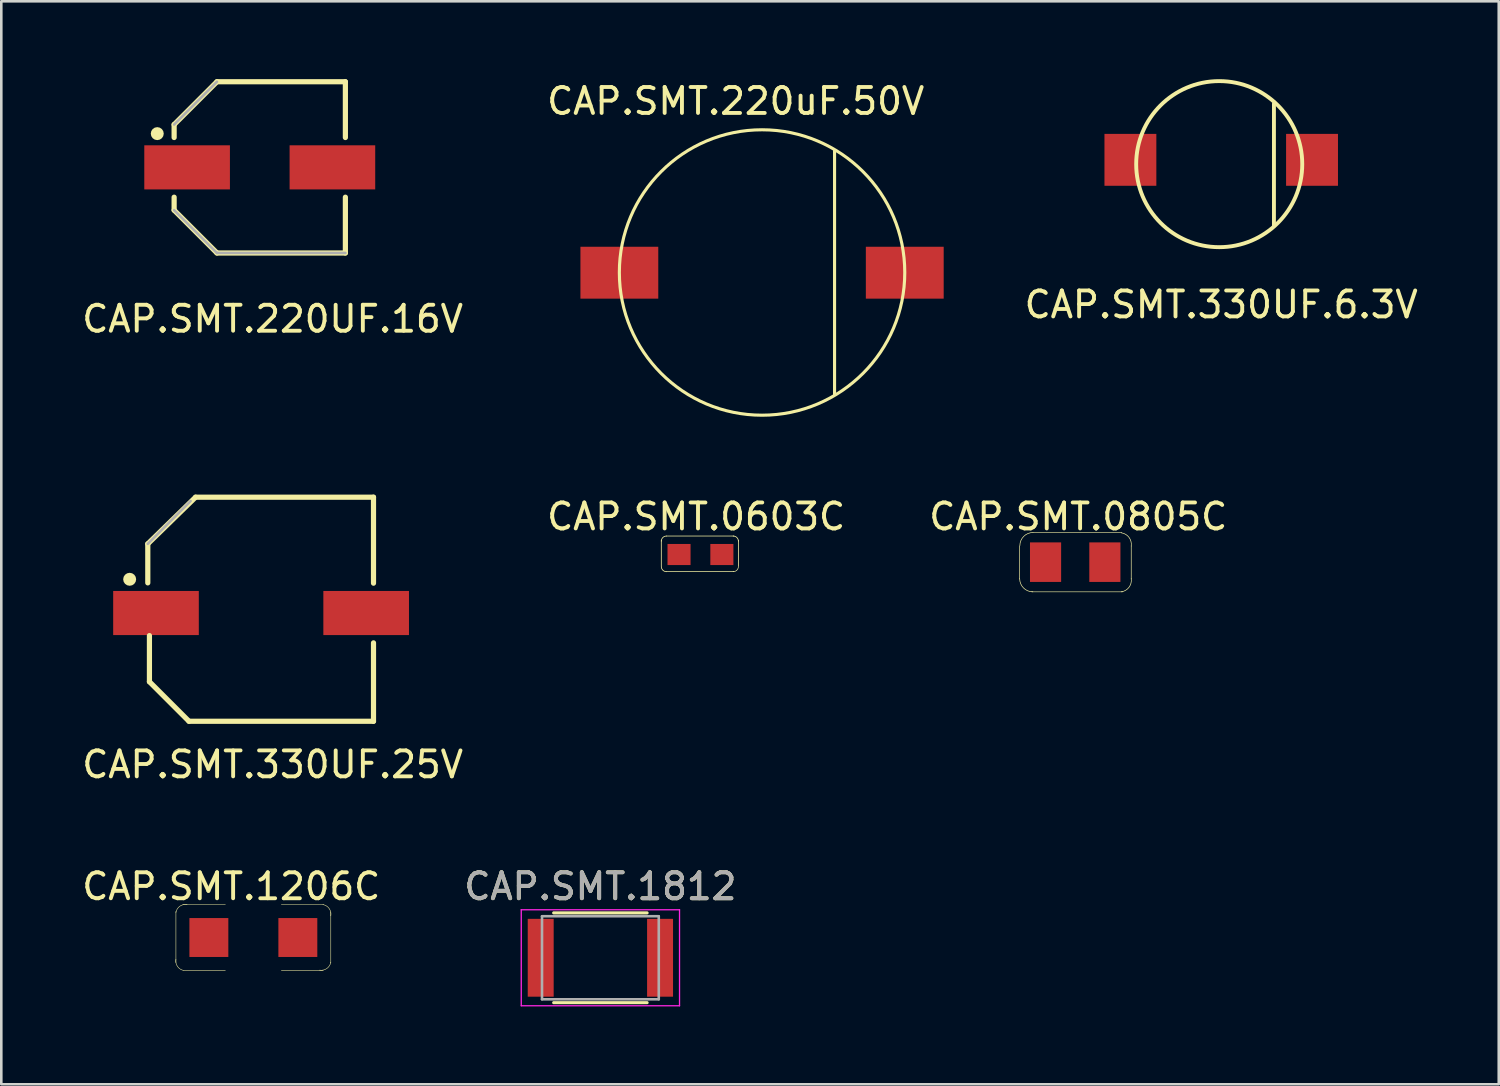
<source format=kicad_pcb>
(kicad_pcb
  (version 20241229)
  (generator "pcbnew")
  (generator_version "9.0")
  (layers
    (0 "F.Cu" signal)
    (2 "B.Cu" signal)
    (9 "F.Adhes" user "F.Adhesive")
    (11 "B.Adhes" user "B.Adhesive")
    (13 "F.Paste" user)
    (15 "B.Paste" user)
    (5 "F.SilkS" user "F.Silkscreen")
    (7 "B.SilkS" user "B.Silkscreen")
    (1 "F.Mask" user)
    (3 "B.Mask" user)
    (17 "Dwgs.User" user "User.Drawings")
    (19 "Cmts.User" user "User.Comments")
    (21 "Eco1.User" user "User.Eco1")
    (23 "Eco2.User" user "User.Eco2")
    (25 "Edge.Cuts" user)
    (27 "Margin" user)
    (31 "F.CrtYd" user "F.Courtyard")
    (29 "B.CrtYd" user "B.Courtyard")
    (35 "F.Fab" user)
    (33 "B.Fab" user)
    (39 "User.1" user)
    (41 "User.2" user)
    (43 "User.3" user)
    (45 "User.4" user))
  (footprint "CAP.SMT.330UF.25V"
    (layer "F.Cu")
    (at 7.027 20.938)
    (property "Reference" "CAP.SMT.330UF.25V" (at 0.432 5.478 0) (layer "F.SilkS") (effects (font (size 1 1) (thickness 0.15))))
    (attr through_hole)
    (fp_line (start -4.381 -3.028) (end -2.54 -4.826) (stroke (width 0.2) (type solid)) (layer "F.SilkS"))
    (fp_line (start -4.381 -1.524) (end -4.381 -3.028) (stroke (width 0.2) (type solid)) (layer "F.SilkS"))
    (fp_line (start -4.318 2.286) (end -4.318 0.508) (stroke (width 0.2) (type solid)) (layer "F.SilkS"))
    (fp_line (start -4.318 2.286) (end -2.794 3.81) (stroke (width 0.2) (type solid)) (layer "F.SilkS"))
    (fp_line (start -2.794 3.81) (end 4.318 3.81) (stroke (width 0.2) (type solid)) (layer "F.SilkS"))
    (fp_line (start -2.54 -4.826) (end 4.318 -4.826) (stroke (width 0.2) (type solid)) (layer "F.SilkS"))
    (fp_line (start 4.318 -1.512) (end 4.318 -4.826) (stroke (width 0.2) (type solid)) (layer "F.SilkS"))
    (fp_line (start 4.318 3.81) (end 4.318 0.788) (stroke (width 0.2) (type solid)) (layer "F.SilkS"))
    (fp_circle (center -5.08 -1.662) (end -4.955 -1.662) (stroke (width 0.25) (type solid)) (fill no) (layer "F.SilkS"))
    (fp_line (start -4.381 -3.028) (end -2.731 -4.678) (stroke (width 0.1) (type solid)) (layer "F.Fab"))
    (pad "1" smd rect (at -4.065 -0.362) (size 3.3 1.7) (layers "F.Cu" "F.Mask" "F.Paste"))
    (pad "2" smd rect (at 4.035 -0.362) (size 3.3 1.7) (layers "F.Cu" "F.Mask" "F.Paste")))
  (footprint "CAP.SMT.220uF.50V"
    (layer "F.Cu")
    (at 26.32 7.452)
    (property "Reference" "CAP.SMT.220uF.50V" (at -1.016 -6.604 0) (layer "F.SilkS") (effects (font (size 1 1) (thickness 0.15))))
    (attr through_hole)
    (fp_line (start 2.794 -4.699) (end 2.794 4.699) (stroke (width 0.12) (type solid)) (layer "F.SilkS"))
    (fp_circle (center 0 0) (end 5.5 0) (stroke (width 0.12) (type solid)) (fill no) (layer "F.SilkS"))
    (pad "1" smd rect (at -5.5 0.008) (size 3 2) (layers "F.Cu" "F.Mask" "F.Paste"))
    (pad "2" smd rect (at 5.5 0.008) (size 3 2) (layers "F.Cu" "F.Mask" "F.Paste")))
  (footprint "CAP.SMT.220UF.16V"
    (layer "F.Cu")
    (at 7.458 8.741)
    (property "Reference" "CAP.SMT.220UF.16V" (at 0 0.5 0) (layer "F.SilkS") (effects (font (size 1 1) (thickness 0.15))))
    (attr through_hole)
    (fp_line (start -3.797 -6.991) (end -2.147 -8.641) (stroke (width 0.2) (type solid)) (layer "F.SilkS"))
    (fp_line (start -3.797 -6.491) (end -3.797 -6.991) (stroke (width 0.2) (type solid)) (layer "F.SilkS"))
    (fp_line (start -3.797 -3.691) (end -3.797 -4.191) (stroke (width 0.2) (type solid)) (layer "F.SilkS"))
    (fp_line (start -3.797 -3.691) (end -2.147 -2.041) (stroke (width 0.2) (type solid)) (layer "F.SilkS"))
    (fp_line (start -2.147 -8.641) (end 2.803 -8.641) (stroke (width 0.2) (type solid)) (layer "F.SilkS"))
    (fp_line (start -2.147 -2.041) (end 2.803 -2.041) (stroke (width 0.2) (type solid)) (layer "F.SilkS"))
    (fp_line (start 2.803 -6.491) (end 2.803 -8.641) (stroke (width 0.2) (type solid)) (layer "F.SilkS"))
    (fp_line (start 2.803 -2.041) (end 2.803 -4.191) (stroke (width 0.2) (type solid)) (layer "F.SilkS"))
    (fp_circle (center -4.447 -6.641) (end -4.322 -6.641) (stroke (width 0.25) (type solid)) (fill no) (layer "F.SilkS"))
    (fp_line (start -3.797 -6.991) (end -2.147 -8.641) (stroke (width 0.1) (type solid)) (layer "F.Fab"))
    (fp_line (start -3.797 -3.691) (end -2.147 -2.041) (stroke (width 0.1) (type solid)) (layer "F.Fab"))
    (fp_line (start -2.147 -2.041) (end 2.803 -2.041) (stroke (width 0.1) (type solid)) (layer "F.Fab"))
    (pad "1" smd rect (at -3.297 -5.341) (size 3.3 1.7) (layers "F.Cu" "F.Mask" "F.Paste"))
    (pad "2" smd rect (at 2.303 -5.341) (size 3.3 1.7) (layers "F.Cu" "F.Mask" "F.Paste")))
  (footprint "CAP.SMT.0805C"
    (layer "F.Cu")
    (at 38.506 18.576)
    (property "Reference" "CAP.SMT.0805C" (at 0 -1.715 0) (layer "F.SilkS") (effects (font (size 1 1) (thickness 0.15))))
    (attr through_hole)
    (fp_line (start -2.258 0.688) (end -2.258 -0.582) (stroke (width 0.025) (type solid)) (layer "F.SilkS"))
    (fp_line (start -1.793 1.183) (end 1.712 1.183) (stroke (width 0.025) (type solid)) (layer "F.SilkS"))
    (fp_line (start -1.743 -1.103) (end 1.674 -1.103) (stroke (width 0.025) (type solid)) (layer "F.SilkS"))
    (fp_line (start 2.042 0.688) (end 2.042 -0.582) (stroke (width 0.025) (type solid)) (layer "F.SilkS"))
    (fp_arc (start -2.2506 -0.595) (mid -2.10181 -0.95421) (end -1.7426 -1.103) (stroke (width 0.0254) (type solid)) (layer "F.SilkS"))
    (fp_arc (start -1.74999 1.183) (mid -2.1092 1.03421) (end -2.25799 0.675) (stroke (width 0.0254) (type solid)) (layer "F.SilkS"))
    (fp_arc (start 1.660766 -1.090331) (mid 1.956567 -0.915395) (end 2.042031 -0.582534) (stroke (width 0.0254) (type solid)) (layer "F.SilkS"))
    (fp_arc (start 2.042031 0.675234) (mid 1.956567 1.008095) (end 1.660766 1.183031) (stroke (width 0.0254) (type solid)) (layer "F.SilkS"))
    (pad "1" smd rect (at -1.26 0.04) (size 1.2 1.524) (layers "F.Cu" "F.Mask" "F.Paste"))
    (pad "2" smd rect (at 1.026 0.04) (size 1.2 1.524) (layers "F.Cu" "F.Mask" "F.Paste")))
  (footprint "CAP.SMT.1206C"
    (layer "F.Cu")
    (at 6.625 33.044)
    (property "Reference" "CAP.SMT.1206C" (at -0.762 -1.93 0) (layer "F.SilkS") (effects (font (size 1 1) (thickness 0.15))))
    (attr through_hole)
    (fp_line (start -2.895 1.004) (end -2.895 -0.966) (stroke (width 0.02) (type solid)) (layer "F.SilkS"))
    (fp_line (start -2.629 -1.232) (end -0.99 -1.232) (stroke (width 0.02) (type solid)) (layer "F.SilkS"))
    (fp_line (start -2.591 1.308) (end -0.99 1.308) (stroke (width 0.02) (type solid)) (layer "F.SilkS"))
    (fp_line (start 1.169 -1.232) (end 2.794 -1.232) (stroke (width 0.02) (type solid)) (layer "F.SilkS"))
    (fp_line (start 1.169 1.308) (end 2.781 1.308) (stroke (width 0.02) (type solid)) (layer "F.SilkS"))
    (fp_line (start 3.074 1.016) (end 3.074 -0.952) (stroke (width 0.02) (type solid)) (layer "F.SilkS"))
    (fp_arc (start -2.89515 -0.927373) (mid -2.742398 -1.169004) (end -2.463527 -1.23185) (stroke (width 0.02) (type solid)) (layer "F.SilkS"))
    (fp_arc (start -2.591063 1.30805) (mid -2.832694 1.155298) (end -2.89554 0.876427) (stroke (width 0.02) (type solid)) (layer "F.SilkS"))
    (fp_arc (start 2.769273 -1.23145) (mid 3.010904 -1.078698) (end 3.07375 -0.799827) (stroke (width 0.02) (type solid)) (layer "F.SilkS"))
    (fp_arc (start 3.07375 0.990873) (mid 2.920998 1.232504) (end 2.642127 1.29535) (stroke (width 0.02) (type solid)) (layer "F.SilkS"))
    (pad "1" smd rect (at -1.625 0.038) (size 1.5 1.5) (layers "F.Cu" "F.Mask" "F.Paste"))
    (pad "2" smd rect (at 1.804 0.038) (size 1.5 1.5) (layers "F.Cu" "F.Mask" "F.Paste")))
  (footprint "CAP.SMT.330UF.6.3V"
    (layer "F.Cu")
    (at 44.016 3.11)
    (property "Reference" "CAP.SMT.330UF.6.3V" (at 0 5.58 0) (layer "F.SilkS") (effects (font (size 1 1) (thickness 0.15))))
    (attr through_hole)
    (fp_line (start 2.032 2.54) (end 2.032 -2.159) (stroke (width 0.15) (type solid)) (layer "F.SilkS"))
    (fp_circle (center -0.077 0.166) (end 3.123 0.166) (stroke (width 0.15) (type solid)) (fill no) (layer "F.SilkS"))
    (pad "1" smd rect (at -3.5 0 90) (size 2 2) (layers "F.Cu" "F.Mask" "F.Paste"))
    (pad "2" smd rect (at 3.5 0 90) (size 2 2) (layers "F.Cu" "F.Mask" "F.Paste")))
  (footprint "CAP.SMT.1812"
    (layer "F.Cu")
    (at 20.089 33.863)
    (property "Reference" "CAP.SMT.1812" (at 0 -2.75 0) (layer "F.SilkS") (effects (font (size 1 1) (thickness 0.15))))
    (attr smd)
    (fp_line (start -1.8 1.73) (end 1.8 1.73) (stroke (width 0.12) (type solid)) (layer "F.SilkS"))
    (fp_line (start 1.8 -1.73) (end -1.8 -1.73) (stroke (width 0.12) (type solid)) (layer "F.SilkS"))
    (fp_line (start -3.05 -1.85) (end -3.05 1.85) (stroke (width 0.05) (type solid)) (layer "F.CrtYd"))
    (fp_line (start -3.05 -1.85) (end 3.05 -1.85) (stroke (width 0.05) (type solid)) (layer "F.CrtYd"))
    (fp_line (start 3.05 1.85) (end -3.05 1.85) (stroke (width 0.05) (type solid)) (layer "F.CrtYd"))
    (fp_line (start 3.05 1.85) (end 3.05 -1.85) (stroke (width 0.05) (type solid)) (layer "F.CrtYd"))
    (fp_line (start -2.25 -1.6) (end 2.25 -1.6) (stroke (width 0.1) (type solid)) (layer "F.Fab"))
    (fp_line (start -2.25 1.6) (end -2.25 -1.6) (stroke (width 0.1) (type solid)) (layer "F.Fab"))
    (fp_line (start 2.25 -1.6) (end 2.25 1.6) (stroke (width 0.1) (type solid)) (layer "F.Fab"))
    (fp_line (start 2.25 1.6) (end -2.25 1.6) (stroke (width 0.1) (type solid)) (layer "F.Fab"))
    (fp_text user "${REFERENCE}" (at 0 -2.75 0) (layer "F.Fab") (effects (font (size 1 1) (thickness 0.15))))
    (pad "1" smd rect (at -2.3 0) (size 1 3) (layers "F.Cu" "F.Mask" "F.Paste"))
    (pad "2" smd rect (at 2.3 0) (size 1 3) (layers "F.Cu" "F.Mask" "F.Paste")))
  (footprint "CAP.SMT.0603C"
    (layer "F.Cu")
    (at 23.907 18.321)
    (property "Reference" "CAP.SMT.0603C" (at -0.127 -1.46 0) (layer "F.SilkS") (effects (font (size 1 1) (thickness 0.15))))
    (attr through_hole)
    (fp_line (start -1.47 0.45) (end -1.47 -0.55) (stroke (width 0.03) (type solid)) (layer "F.SilkS"))
    (fp_line (start -1.27 -0.712) (end 1.328 -0.712) (stroke (width 0.03) (type solid)) (layer "F.SilkS"))
    (fp_line (start -1.27 0.66) (end 1.32 0.66) (stroke (width 0.03) (type solid)) (layer "F.SilkS"))
    (fp_line (start 1.501 0.45) (end 1.501 -0.55) (stroke (width 0.03) (type solid)) (layer "F.SilkS"))
    (fp_arc (start -1.47 -0.512) (mid -1.411421 -0.653421) (end -1.27 -0.712) (stroke (width 0.03) (type solid)) (layer "F.SilkS"))
    (fp_arc (start -1.27 0.6619) (mid -1.411421 0.603321) (end -1.47 0.4619) (stroke (width 0.03) (type solid)) (layer "F.SilkS"))
    (fp_arc (start 1.3009 -0.712) (mid 1.442321 -0.653421) (end 1.5009 -0.512) (stroke (width 0.03) (type solid)) (layer "F.SilkS"))
    (fp_arc (start 1.5009 0.4619) (mid 1.442321 0.603321) (end 1.3009 0.6619) (stroke (width 0.0254) (type solid)) (layer "F.SilkS"))
    (pad "1" smd rect (at -0.787 0) (size 0.889 0.813) (layers "F.Cu" "F.Mask" "F.Paste"))
    (pad "2" smd rect (at 0.864 0) (size 0.889 0.813) (layers "F.Cu" "F.Mask" "F.Paste")))
  (gr_rect
    (start -3 -3)
    (end 54.712 38.738)
    (stroke (width 0.1) (type default))
    (fill no)
    (layer "Edge.Cuts")))
</source>
